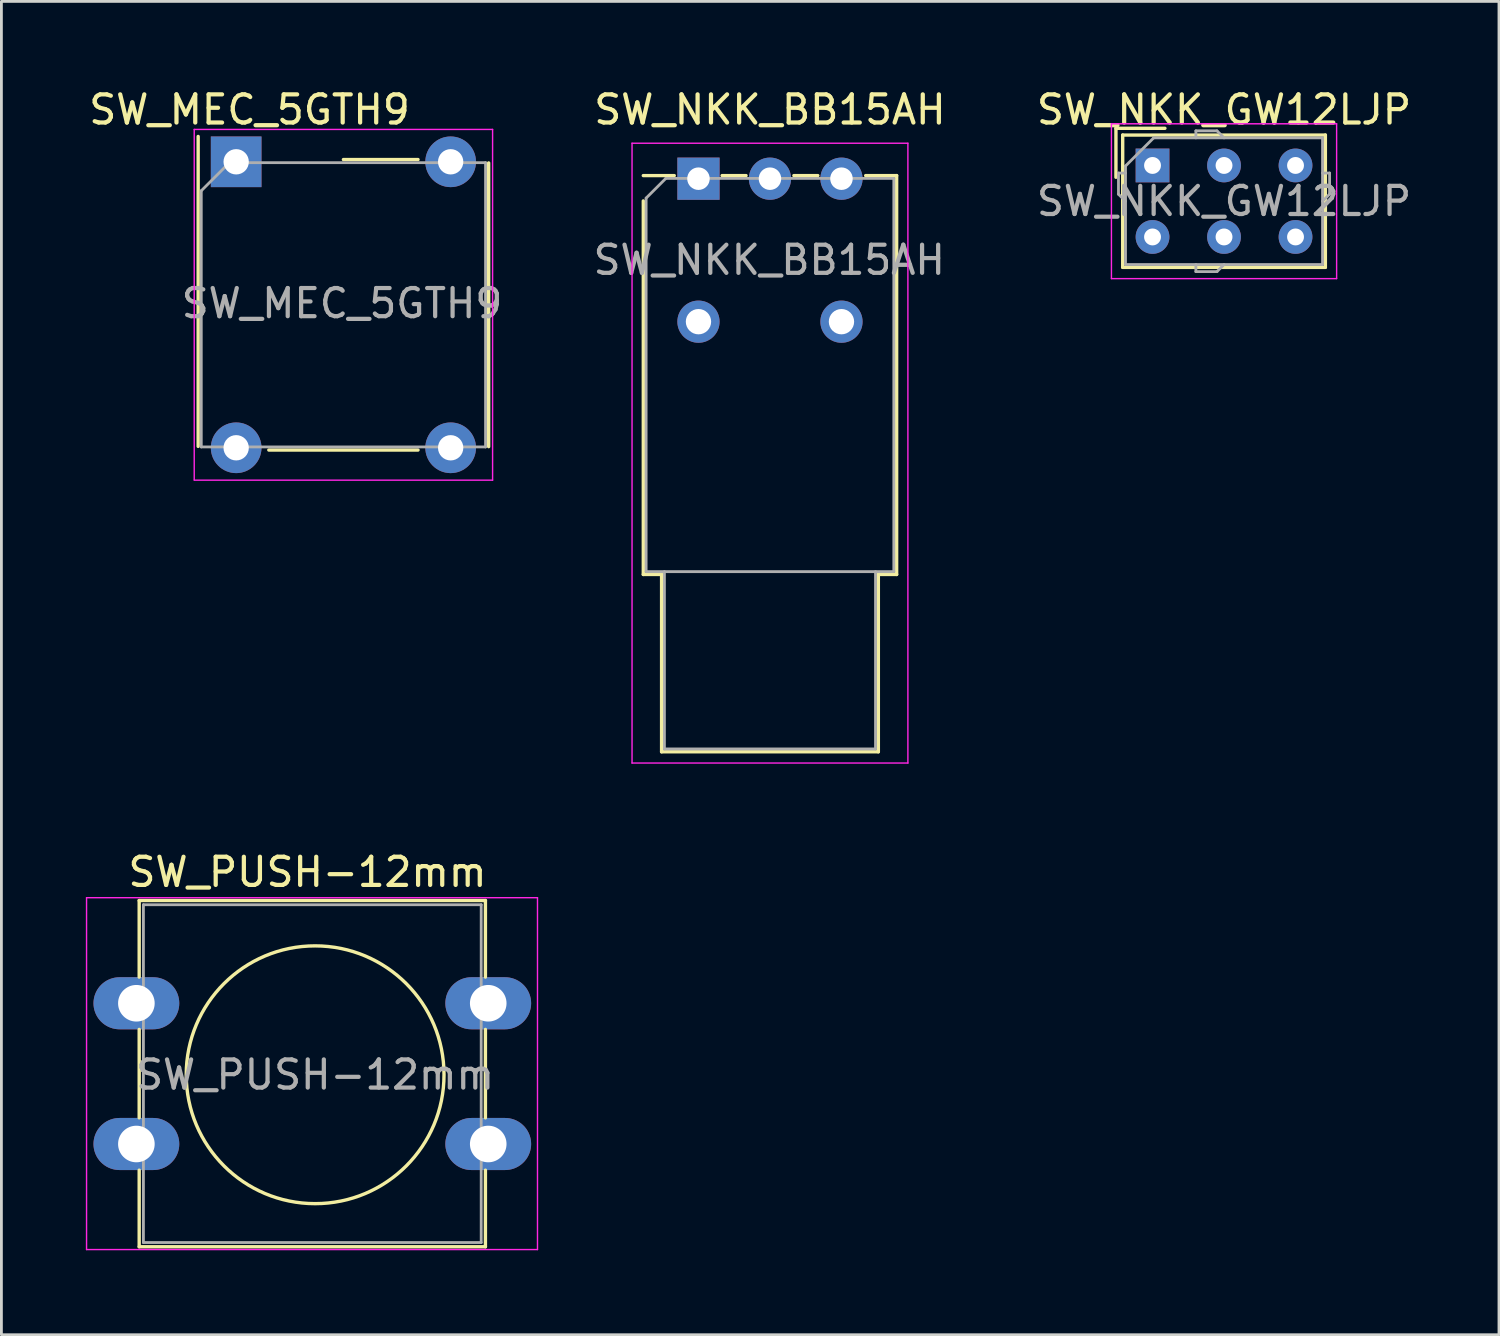
<source format=kicad_pcb>
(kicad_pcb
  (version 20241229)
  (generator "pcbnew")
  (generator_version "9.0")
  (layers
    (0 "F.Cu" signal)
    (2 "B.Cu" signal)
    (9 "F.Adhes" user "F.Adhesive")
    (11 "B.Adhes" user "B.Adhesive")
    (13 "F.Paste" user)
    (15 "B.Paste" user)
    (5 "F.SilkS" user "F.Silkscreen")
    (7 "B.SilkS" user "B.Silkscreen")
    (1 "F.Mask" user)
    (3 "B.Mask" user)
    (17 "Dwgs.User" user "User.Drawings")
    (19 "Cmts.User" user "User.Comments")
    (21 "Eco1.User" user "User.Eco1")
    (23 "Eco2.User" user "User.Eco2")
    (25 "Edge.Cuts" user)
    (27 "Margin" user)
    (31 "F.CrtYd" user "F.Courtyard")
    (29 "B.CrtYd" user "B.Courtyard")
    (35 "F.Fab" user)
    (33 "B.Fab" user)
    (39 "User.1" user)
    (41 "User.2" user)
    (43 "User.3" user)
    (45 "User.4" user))
  (footprint "SW_PUSH-12mm"
    (layer "F.Cu")
    (at 1.795 32.592)
    (property "Reference" "SW_PUSH-12mm" (at 6.08 -4.66 0) (layer "F.SilkS") (effects (font (size 1 1) (thickness 0.15))))
    (attr through_hole)
    (fp_line (start 0.1 -3.65) (end 12.4 -3.65) (stroke (width 0.12) (type solid)) (layer "F.SilkS"))
    (fp_line (start 0.1 -0.93) (end 0.1 -3.65) (stroke (width 0.12) (type solid)) (layer "F.SilkS"))
    (fp_line (start 0.1 4.07) (end 0.1 0.93) (stroke (width 0.12) (type solid)) (layer "F.SilkS"))
    (fp_line (start 0.1 8.65) (end 0.1 5.93) (stroke (width 0.12) (type solid)) (layer "F.SilkS"))
    (fp_line (start 12.4 -3.65) (end 12.4 -0.93) (stroke (width 0.12) (type solid)) (layer "F.SilkS"))
    (fp_line (start 12.4 0.93) (end 12.4 4.07) (stroke (width 0.12) (type solid)) (layer "F.SilkS"))
    (fp_line (start 12.4 5.93) (end 12.4 8.65) (stroke (width 0.12) (type solid)) (layer "F.SilkS"))
    (fp_line (start 12.4 8.65) (end 0.1 8.65) (stroke (width 0.12) (type solid)) (layer "F.SilkS"))
    (fp_circle (center 6.35 2.54) (end 10.16 5.08) (stroke (width 0.12) (type solid)) (fill no) (layer "F.SilkS"))
    (fp_line (start -1.77 -3.75) (end -1.77 8.75) (stroke (width 0.05) (type solid)) (layer "F.CrtYd"))
    (fp_line (start -1.77 -3.75) (end 14.25 -3.75) (stroke (width 0.05) (type solid)) (layer "F.CrtYd"))
    (fp_line (start 14.25 8.75) (end -1.77 8.75) (stroke (width 0.05) (type solid)) (layer "F.CrtYd"))
    (fp_line (start 14.25 8.75) (end 14.25 -3.75) (stroke (width 0.05) (type solid)) (layer "F.CrtYd"))
    (fp_line (start 0.25 -3.5) (end 0.25 8.5) (stroke (width 0.1) (type solid)) (layer "F.Fab"))
    (fp_line (start 0.25 -3.5) (end 12.25 -3.5) (stroke (width 0.1) (type solid)) (layer "F.Fab"))
    (fp_line (start 0.25 8.5) (end 12.25 8.5) (stroke (width 0.1) (type solid)) (layer "F.Fab"))
    (fp_line (start 12.25 -3.5) (end 12.25 8.5) (stroke (width 0.1) (type solid)) (layer "F.Fab"))
    (fp_text user "${REFERENCE}" (at 6.35 2.54 0) (layer "F.Fab") (effects (font (size 1 1) (thickness 0.15))))
    (pad "1" thru_hole oval (at 0 0) (size 3.048 1.85) (drill 1.3) (layers "*.Cu" "*.Mask"))
    (pad "1" thru_hole oval (at 12.5 0) (size 3.048 1.85) (drill 1.3) (layers "*.Cu" "*.Mask"))
    (pad "2" thru_hole oval (at 0 5) (size 3.048 1.85) (drill 1.3) (layers "*.Cu" "*.Mask"))
    (pad "2" thru_hole oval (at 12.5 5) (size 3.048 1.85) (drill 1.3) (layers "*.Cu" "*.Mask")))
  (footprint "SW_NKK_BB15AH"
    (layer "F.Cu")
    (at 21.764 3.298)
    (property "Reference" "SW_NKK_BB15AH" (at 2.54 -2.45 0) (layer "F.SilkS") (effects (font (size 1 1) (thickness 0.15))))
    (attr through_hole)
    (fp_line (start -1.96 0.79) (end -1.96 14.06) (stroke (width 0.12) (type solid)) (layer "F.SilkS"))
    (fp_line (start -1.96 14.06) (end -1.31 14.06) (stroke (width 0.12) (type solid)) (layer "F.SilkS"))
    (fp_line (start -1.31 14.06) (end -1.31 20.36) (stroke (width 0.12) (type solid)) (layer "F.SilkS"))
    (fp_line (start -1.31 20.36) (end 6.39 20.36) (stroke (width 0.12) (type solid)) (layer "F.SilkS"))
    (fp_line (start -0.86 -0.11) (end -1.96 -0.11) (stroke (width 0.12) (type solid)) (layer "F.SilkS"))
    (fp_line (start 0.84 -0.11) (end 1.69 -0.11) (stroke (width 0.12) (type solid)) (layer "F.SilkS"))
    (fp_line (start 3.39 -0.11) (end 4.24 -0.11) (stroke (width 0.12) (type solid)) (layer "F.SilkS"))
    (fp_line (start 6.39 14.06) (end 7.04 14.06) (stroke (width 0.12) (type solid)) (layer "F.SilkS"))
    (fp_line (start 6.39 20.36) (end 6.39 14.06) (stroke (width 0.12) (type solid)) (layer "F.SilkS"))
    (fp_line (start 7.04 -0.11) (end 5.94 -0.11) (stroke (width 0.12) (type solid)) (layer "F.SilkS"))
    (fp_line (start 7.04 14.06) (end 7.04 -0.11) (stroke (width 0.12) (type solid)) (layer "F.SilkS"))
    (fp_line (start -2.36 20.76) (end -2.36 -1.26) (stroke (width 0.05) (type solid)) (layer "F.CrtYd"))
    (fp_line (start -2.36 20.76) (end 7.44 20.76) (stroke (width 0.05) (type solid)) (layer "F.CrtYd"))
    (fp_line (start 7.44 -1.26) (end -2.36 -1.26) (stroke (width 0.05) (type solid)) (layer "F.CrtYd"))
    (fp_line (start 7.44 20.76) (end 7.44 -1.26) (stroke (width 0.05) (type solid)) (layer "F.CrtYd"))
    (fp_line (start -1.86 0.69) (end -1.16 -0.01) (stroke (width 0.1) (type solid)) (layer "F.Fab"))
    (fp_line (start -1.86 13.96) (end -1.86 0.69) (stroke (width 0.1) (type solid)) (layer "F.Fab"))
    (fp_line (start -1.21 13.96) (end -1.21 20.26) (stroke (width 0.1) (type solid)) (layer "F.Fab"))
    (fp_line (start 6.29 13.96) (end 6.29 20.26) (stroke (width 0.1) (type solid)) (layer "F.Fab"))
    (fp_line (start 6.29 20.26) (end -1.21 20.26) (stroke (width 0.1) (type solid)) (layer "F.Fab"))
    (fp_line (start 6.94 -0.01) (end -1.16 -0.01) (stroke (width 0.1) (type solid)) (layer "F.Fab"))
    (fp_line (start 6.94 13.96) (end -1.86 13.96) (stroke (width 0.1) (type solid)) (layer "F.Fab"))
    (fp_line (start 6.94 13.96) (end 6.94 -0.01) (stroke (width 0.1) (type solid)) (layer "F.Fab"))
    (fp_text user "${REFERENCE}" (at 2.515 2.89 0) (layer "F.Fab") (effects (font (size 1 1) (thickness 0.15))))
    (pad "" thru_hole circle (at 0 5.08) (size 1.5 1.5) (drill 0.9) (layers "*.Cu" "*.Mask"))
    (pad "" thru_hole circle (at 5.08 5.08) (size 1.5 1.5) (drill 0.9) (layers "*.Cu" "*.Mask"))
    (pad "1" thru_hole rect (at 0 0) (size 1.5 1.5) (drill 0.8) (layers "*.Cu" "*.Mask"))
    (pad "2" thru_hole circle (at 2.54 0) (size 1.5 1.5) (drill 0.8) (layers "*.Cu" "*.Mask"))
    (pad "3" thru_hole circle (at 5.08 0) (size 1.5 1.5) (drill 0.8) (layers "*.Cu" "*.Mask")))
  (footprint "SW_MEC_5GTH9"
    (layer "F.Cu")
    (at 5.34 2.698)
    (property "Reference" "SW_MEC_5GTH9" (at 0.475 -1.85 180) (layer "F.SilkS") (effects (font (size 1 1) (thickness 0.15))))
    (attr through_hole)
    (fp_line (start -1.35 -0.9) (end -1.35 10.11) (stroke (width 0.12) (type solid)) (layer "F.SilkS"))
    (fp_line (start 1.16 10.24) (end 6.46 10.24) (stroke (width 0.12) (type solid)) (layer "F.SilkS"))
    (fp_line (start 6.46 -0.08) (end 3.81 -0.08) (stroke (width 0.12) (type solid)) (layer "F.SilkS"))
    (fp_line (start 8.97 0.04) (end 8.97 10.12) (stroke (width 0.12) (type solid)) (layer "F.SilkS"))
    (fp_line (start -1.49 -1.15) (end 9.11 -1.15) (stroke (width 0.05) (type solid)) (layer "F.CrtYd"))
    (fp_line (start -1.49 11.3) (end -1.49 -1.15) (stroke (width 0.05) (type solid)) (layer "F.CrtYd"))
    (fp_line (start 9.11 -1.15) (end 9.11 11.31) (stroke (width 0.05) (type solid)) (layer "F.CrtYd"))
    (fp_line (start 9.11 11.31) (end -1.49 11.31) (stroke (width 0.05) (type solid)) (layer "F.CrtYd"))
    (fp_line (start -1.24 10.13) (end -1.24 1.03) (stroke (width 0.1) (type solid)) (layer "F.Fab"))
    (fp_line (start -0.24 0.03) (end -1.24 1.03) (stroke (width 0.1) (type solid)) (layer "F.Fab"))
    (fp_line (start -0.24 0.03) (end 8.86 0.03) (stroke (width 0.1) (type solid)) (layer "F.Fab"))
    (fp_line (start 8.86 0.03) (end 8.86 10.13) (stroke (width 0.1) (type solid)) (layer "F.Fab"))
    (fp_line (start 8.86 10.13) (end -1.24 10.13) (stroke (width 0.1) (type solid)) (layer "F.Fab"))
    (fp_text user "${REFERENCE}" (at 3.76 5.03 180) (layer "F.Fab") (effects (font (size 1 1) (thickness 0.15))))
    (pad "1" thru_hole rect (at 0 0 90) (size 1.8 1.8) (drill 0.9) (layers "*.Cu" "*.Mask"))
    (pad "1" thru_hole circle (at 0 10.16 90) (size 1.8 1.8) (drill 0.9) (layers "*.Cu" "*.Mask"))
    (pad "2" thru_hole circle (at 7.62 0 90) (size 1.8 1.8) (drill 0.9) (layers "*.Cu" "*.Mask"))
    (pad "2" thru_hole circle (at 7.62 10.16 90) (size 1.8 1.8) (drill 0.9) (layers "*.Cu" "*.Mask")))
  (footprint "SW_NKK_GW12LJP"
    (layer "F.Cu")
    (at 37.895 2.828)
    (property "Reference" "SW_NKK_GW12LJP" (at 2.54 -1.98 0) (layer "F.SilkS") (effects (font (size 1 1) (thickness 0.15))))
    (attr through_hole)
    (fp_line (start -1.3 -1.32) (end 0.44 -1.32) (stroke (width 0.12) (type solid)) (layer "F.SilkS"))
    (fp_line (start -1.3 0.42) (end -1.3 -1.32) (stroke (width 0.12) (type solid)) (layer "F.SilkS"))
    (fp_line (start -1.06 -1.08) (end -1.06 3.62) (stroke (width 0.12) (type solid)) (layer "F.SilkS"))
    (fp_line (start -1.06 3.62) (end 6.14 3.62) (stroke (width 0.12) (type solid)) (layer "F.SilkS"))
    (fp_line (start 6.14 -1.08) (end -1.06 -1.08) (stroke (width 0.12) (type solid)) (layer "F.SilkS"))
    (fp_line (start 6.14 3.62) (end 6.14 -1.08) (stroke (width 0.12) (type solid)) (layer "F.SilkS"))
    (fp_line (start -1.46 -1.48) (end -1.46 4.02) (stroke (width 0.05) (type solid)) (layer "F.CrtYd"))
    (fp_line (start -1.46 4.02) (end 6.54 4.02) (stroke (width 0.05) (type solid)) (layer "F.CrtYd"))
    (fp_line (start 6.54 -1.48) (end -1.46 -1.48) (stroke (width 0.05) (type solid)) (layer "F.CrtYd"))
    (fp_line (start 6.54 4.02) (end 6.54 -1.48) (stroke (width 0.05) (type solid)) (layer "F.CrtYd"))
    (fp_line (start -1.21 0.27) (end -0.96 0.27) (stroke (width 0.1) (type solid)) (layer "F.Fab"))
    (fp_line (start -1.21 1.02) (end -1.21 0.27) (stroke (width 0.1) (type solid)) (layer "F.Fab"))
    (fp_line (start -0.96 0.02) (end 0.04 -0.98) (stroke (width 0.1) (type solid)) (layer "F.Fab"))
    (fp_line (start -0.96 1.27) (end -1.21 1.02) (stroke (width 0.1) (type solid)) (layer "F.Fab"))
    (fp_line (start -0.96 3.52) (end -0.96 0.02) (stroke (width 0.1) (type solid)) (layer "F.Fab"))
    (fp_line (start 0.04 -0.98) (end 6.04 -0.98) (stroke (width 0.1) (type solid)) (layer "F.Fab"))
    (fp_line (start 1.54 -1.23) (end 1.54 -0.98) (stroke (width 0.1) (type solid)) (layer "F.Fab"))
    (fp_line (start 1.54 3.77) (end 1.54 3.52) (stroke (width 0.1) (type solid)) (layer "F.Fab"))
    (fp_line (start 2.29 -1.23) (end 1.54 -1.23) (stroke (width 0.1) (type solid)) (layer "F.Fab"))
    (fp_line (start 2.29 3.77) (end 1.54 3.77) (stroke (width 0.1) (type solid)) (layer "F.Fab"))
    (fp_line (start 2.54 -0.98) (end 2.29 -1.23) (stroke (width 0.1) (type solid)) (layer "F.Fab"))
    (fp_line (start 2.54 3.52) (end 2.29 3.77) (stroke (width 0.1) (type solid)) (layer "F.Fab"))
    (fp_line (start 6.04 -0.98) (end 6.04 3.52) (stroke (width 0.1) (type solid)) (layer "F.Fab"))
    (fp_line (start 6.04 1.27) (end 6.29 1.02) (stroke (width 0.1) (type solid)) (layer "F.Fab"))
    (fp_line (start 6.04 3.52) (end -0.96 3.52) (stroke (width 0.1) (type solid)) (layer "F.Fab"))
    (fp_line (start 6.29 0.27) (end 6.04 0.27) (stroke (width 0.1) (type solid)) (layer "F.Fab"))
    (fp_line (start 6.29 1.02) (end 6.29 0.27) (stroke (width 0.1) (type solid)) (layer "F.Fab"))
    (fp_text user "${REFERENCE}" (at 2.54 1.27 0) (layer "F.Fab") (effects (font (size 1 1) (thickness 0.15))))
    (pad "1" thru_hole rect (at 0 0) (size 1.2 1.2) (drill 0.6) (layers "*.Cu" "*.Mask"))
    (pad "2" thru_hole circle (at 2.54 0) (size 1.2 1.2) (drill 0.6) (layers "*.Cu" "*.Mask"))
    (pad "3" thru_hole circle (at 5.08 0) (size 1.2 1.2) (drill 0.6) (layers "*.Cu" "*.Mask"))
    (pad "4" thru_hole circle (at 0 2.54) (size 1.2 1.2) (drill 0.6) (layers "*.Cu" "*.Mask"))
    (pad "5" thru_hole circle (at 2.54 2.54) (size 1.2 1.2) (drill 0.6) (layers "*.Cu" "*.Mask"))
    (pad "6" thru_hole circle (at 5.08 2.54) (size 1.2 1.2) (drill 0.6) (layers "*.Cu" "*.Mask")))
  (gr_rect
    (start -3 -3)
    (end 50.203 44.367)
    (stroke (width 0.1) (type default))
    (fill no)
    (layer "Edge.Cuts")))
</source>
